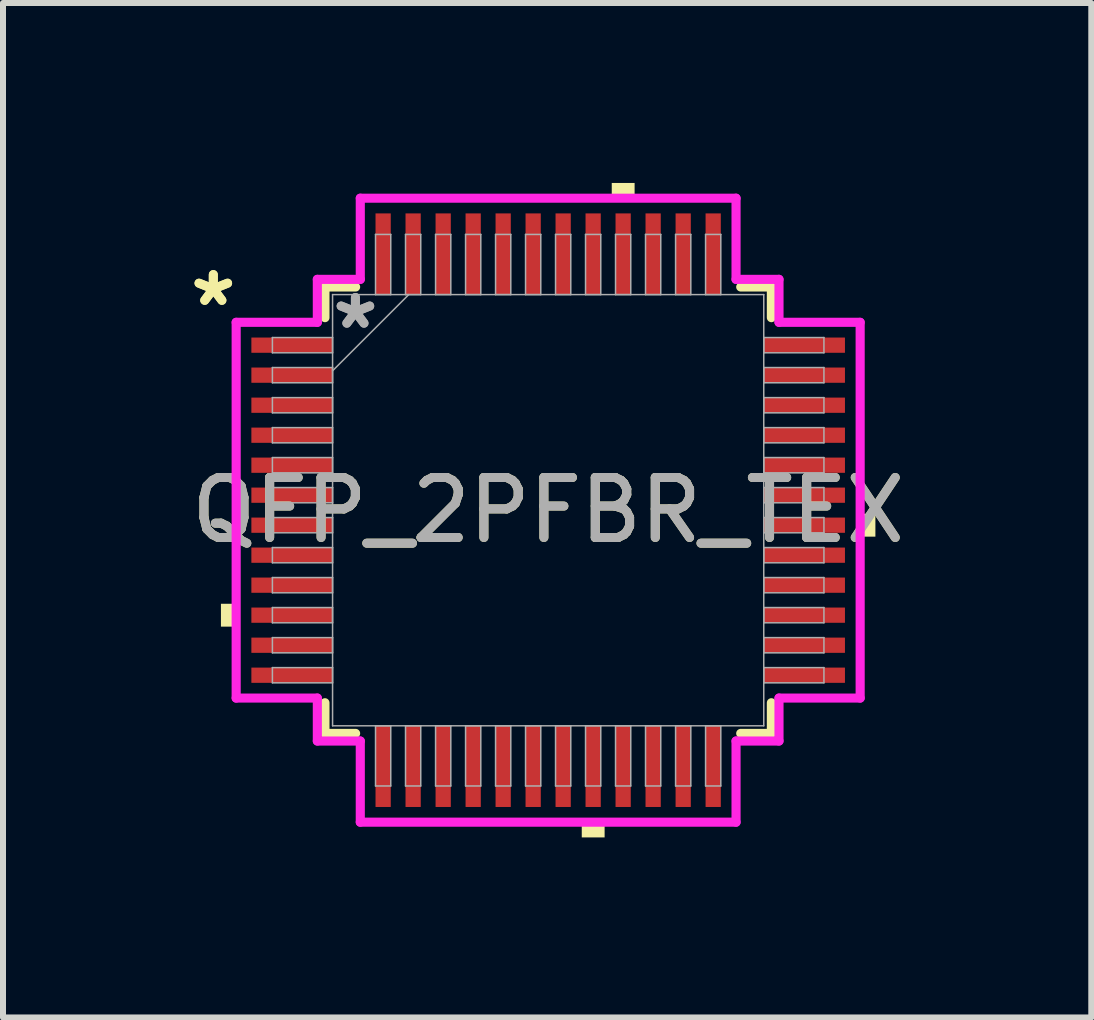
<source format=kicad_pcb>
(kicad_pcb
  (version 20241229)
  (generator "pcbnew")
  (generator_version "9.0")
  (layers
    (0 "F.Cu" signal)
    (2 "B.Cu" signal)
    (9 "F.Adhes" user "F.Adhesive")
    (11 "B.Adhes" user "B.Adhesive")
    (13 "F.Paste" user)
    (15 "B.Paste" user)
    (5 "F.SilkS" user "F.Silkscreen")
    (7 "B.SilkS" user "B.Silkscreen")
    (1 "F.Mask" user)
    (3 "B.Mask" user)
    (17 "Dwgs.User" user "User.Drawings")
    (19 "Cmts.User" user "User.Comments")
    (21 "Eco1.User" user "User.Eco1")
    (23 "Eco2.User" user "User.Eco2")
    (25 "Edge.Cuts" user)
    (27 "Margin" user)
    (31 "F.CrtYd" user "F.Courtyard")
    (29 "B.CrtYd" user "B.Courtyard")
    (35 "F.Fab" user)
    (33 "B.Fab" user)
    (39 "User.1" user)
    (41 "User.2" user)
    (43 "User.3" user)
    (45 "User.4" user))
  (footprint "QFP_2PFBR_TEX"
    (layer "F.Cu")
    (at 6.088 5.455)
    (property "Reference" "QFP_2PFBR_TEX" (at 0 0 0) (unlocked yes) (layer "F.SilkS") (effects (font (size 1 1) (thickness 0.15))))
    (attr smd)
    (fp_line (start -3.721 -3.721) (end -3.721 -3.21) (stroke (width 0.152) (type solid)) (layer "F.SilkS"))
    (fp_line (start -3.721 3.21) (end -3.721 3.721) (stroke (width 0.152) (type solid)) (layer "F.SilkS"))
    (fp_line (start -3.721 3.721) (end -3.21 3.721) (stroke (width 0.152) (type solid)) (layer "F.SilkS"))
    (fp_line (start -3.21 -3.721) (end -3.721 -3.721) (stroke (width 0.152) (type solid)) (layer "F.SilkS"))
    (fp_line (start 3.21 3.721) (end 3.721 3.721) (stroke (width 0.152) (type solid)) (layer "F.SilkS"))
    (fp_line (start 3.721 -3.721) (end 3.21 -3.721) (stroke (width 0.152) (type solid)) (layer "F.SilkS"))
    (fp_line (start 3.721 -3.21) (end 3.721 -3.721) (stroke (width 0.152) (type solid)) (layer "F.SilkS"))
    (fp_line (start 3.721 3.721) (end 3.721 3.21) (stroke (width 0.152) (type solid)) (layer "F.SilkS"))
    (fp_poly (pts (xy -5.455 1.56) (xy -5.455 1.941) (xy -5.201 1.941) (xy -5.201 1.56)) (stroke (width 0) (type solid)) (fill yes) (layer "F.SilkS"))
    (fp_poly (pts (xy 0.56 5.201) (xy 0.56 5.455) (xy 0.941 5.455) (xy 0.941 5.201)) (stroke (width 0) (type solid)) (fill yes) (layer "F.SilkS"))
    (fp_poly (pts (xy 1.06 -5.201) (xy 1.06 -5.455) (xy 1.441 -5.455) (xy 1.441 -5.201)) (stroke (width 0) (type solid)) (fill yes) (layer "F.SilkS"))
    (fp_poly (pts (xy 5.455 0.06) (xy 5.455 0.441) (xy 5.201 0.441) (xy 5.201 0.06)) (stroke (width 0) (type solid)) (fill yes) (layer "F.SilkS"))
    (fp_line (start -5.201 -3.132) (end -3.848 -3.132) (stroke (width 0.152) (type solid)) (layer "F.CrtYd"))
    (fp_line (start -5.201 3.132) (end -5.201 -3.132) (stroke (width 0.152) (type solid)) (layer "F.CrtYd"))
    (fp_line (start -3.848 -3.848) (end -3.132 -3.848) (stroke (width 0.152) (type solid)) (layer "F.CrtYd"))
    (fp_line (start -3.848 -3.132) (end -3.848 -3.848) (stroke (width 0.152) (type solid)) (layer "F.CrtYd"))
    (fp_line (start -3.848 3.132) (end -5.201 3.132) (stroke (width 0.152) (type solid)) (layer "F.CrtYd"))
    (fp_line (start -3.848 3.848) (end -3.848 3.132) (stroke (width 0.152) (type solid)) (layer "F.CrtYd"))
    (fp_line (start -3.848 3.848) (end -3.132 3.848) (stroke (width 0.152) (type solid)) (layer "F.CrtYd"))
    (fp_line (start -3.132 -5.201) (end 3.132 -5.201) (stroke (width 0.152) (type solid)) (layer "F.CrtYd"))
    (fp_line (start -3.132 -3.848) (end -3.132 -5.201) (stroke (width 0.152) (type solid)) (layer "F.CrtYd"))
    (fp_line (start -3.132 3.848) (end -3.132 5.201) (stroke (width 0.152) (type solid)) (layer "F.CrtYd"))
    (fp_line (start -3.132 5.201) (end 3.132 5.201) (stroke (width 0.152) (type solid)) (layer "F.CrtYd"))
    (fp_line (start 3.132 -5.201) (end 3.132 -3.848) (stroke (width 0.152) (type solid)) (layer "F.CrtYd"))
    (fp_line (start 3.132 -3.848) (end 3.848 -3.848) (stroke (width 0.152) (type solid)) (layer "F.CrtYd"))
    (fp_line (start 3.132 3.848) (end 3.848 3.848) (stroke (width 0.152) (type solid)) (layer "F.CrtYd"))
    (fp_line (start 3.132 5.201) (end 3.132 3.848) (stroke (width 0.152) (type solid)) (layer "F.CrtYd"))
    (fp_line (start 3.848 -3.132) (end 3.848 -3.848) (stroke (width 0.152) (type solid)) (layer "F.CrtYd"))
    (fp_line (start 3.848 3.132) (end 5.201 3.132) (stroke (width 0.152) (type solid)) (layer "F.CrtYd"))
    (fp_line (start 3.848 3.848) (end 3.848 3.132) (stroke (width 0.152) (type solid)) (layer "F.CrtYd"))
    (fp_line (start 5.201 -3.132) (end 3.848 -3.132) (stroke (width 0.152) (type solid)) (layer "F.CrtYd"))
    (fp_line (start 5.201 3.132) (end 5.201 -3.132) (stroke (width 0.152) (type solid)) (layer "F.CrtYd"))
    (fp_line (start -4.597 -2.878) (end -4.597 -2.624) (stroke (width 0.025) (type solid)) (layer "F.Fab"))
    (fp_line (start -4.597 -2.624) (end -3.594 -2.624) (stroke (width 0.025) (type solid)) (layer "F.Fab"))
    (fp_line (start -4.597 -2.378) (end -4.597 -2.124) (stroke (width 0.025) (type solid)) (layer "F.Fab"))
    (fp_line (start -4.597 -2.124) (end -3.594 -2.124) (stroke (width 0.025) (type solid)) (layer "F.Fab"))
    (fp_line (start -4.597 -1.877) (end -4.597 -1.623) (stroke (width 0.025) (type solid)) (layer "F.Fab"))
    (fp_line (start -4.597 -1.623) (end -3.594 -1.623) (stroke (width 0.025) (type solid)) (layer "F.Fab"))
    (fp_line (start -4.597 -1.377) (end -4.597 -1.123) (stroke (width 0.025) (type solid)) (layer "F.Fab"))
    (fp_line (start -4.597 -1.123) (end -3.594 -1.123) (stroke (width 0.025) (type solid)) (layer "F.Fab"))
    (fp_line (start -4.597 -0.877) (end -4.597 -0.623) (stroke (width 0.025) (type solid)) (layer "F.Fab"))
    (fp_line (start -4.597 -0.623) (end -3.594 -0.623) (stroke (width 0.025) (type solid)) (layer "F.Fab"))
    (fp_line (start -4.597 -0.377) (end -4.597 -0.123) (stroke (width 0.025) (type solid)) (layer "F.Fab"))
    (fp_line (start -4.597 -0.123) (end -3.594 -0.123) (stroke (width 0.025) (type solid)) (layer "F.Fab"))
    (fp_line (start -4.597 0.123) (end -4.597 0.377) (stroke (width 0.025) (type solid)) (layer "F.Fab"))
    (fp_line (start -4.597 0.377) (end -3.594 0.377) (stroke (width 0.025) (type solid)) (layer "F.Fab"))
    (fp_line (start -4.597 0.623) (end -4.597 0.877) (stroke (width 0.025) (type solid)) (layer "F.Fab"))
    (fp_line (start -4.597 0.877) (end -3.594 0.877) (stroke (width 0.025) (type solid)) (layer "F.Fab"))
    (fp_line (start -4.597 1.123) (end -4.597 1.377) (stroke (width 0.025) (type solid)) (layer "F.Fab"))
    (fp_line (start -4.597 1.377) (end -3.594 1.377) (stroke (width 0.025) (type solid)) (layer "F.Fab"))
    (fp_line (start -4.597 1.623) (end -4.597 1.877) (stroke (width 0.025) (type solid)) (layer "F.Fab"))
    (fp_line (start -4.597 1.877) (end -3.594 1.877) (stroke (width 0.025) (type solid)) (layer "F.Fab"))
    (fp_line (start -4.597 2.124) (end -4.597 2.378) (stroke (width 0.025) (type solid)) (layer "F.Fab"))
    (fp_line (start -4.597 2.378) (end -3.594 2.378) (stroke (width 0.025) (type solid)) (layer "F.Fab"))
    (fp_line (start -4.597 2.624) (end -4.597 2.878) (stroke (width 0.025) (type solid)) (layer "F.Fab"))
    (fp_line (start -4.597 2.878) (end -3.594 2.878) (stroke (width 0.025) (type solid)) (layer "F.Fab"))
    (fp_line (start -3.594 -3.594) (end -3.594 3.594) (stroke (width 0.025) (type solid)) (layer "F.Fab"))
    (fp_line (start -3.594 -2.878) (end -4.597 -2.878) (stroke (width 0.025) (type solid)) (layer "F.Fab"))
    (fp_line (start -3.594 -2.624) (end -3.594 -2.878) (stroke (width 0.025) (type solid)) (layer "F.Fab"))
    (fp_line (start -3.594 -2.378) (end -4.597 -2.378) (stroke (width 0.025) (type solid)) (layer "F.Fab"))
    (fp_line (start -3.594 -2.324) (end -2.324 -3.594) (stroke (width 0.025) (type solid)) (layer "F.Fab"))
    (fp_line (start -3.594 -2.124) (end -3.594 -2.378) (stroke (width 0.025) (type solid)) (layer "F.Fab"))
    (fp_line (start -3.594 -1.877) (end -4.597 -1.877) (stroke (width 0.025) (type solid)) (layer "F.Fab"))
    (fp_line (start -3.594 -1.623) (end -3.594 -1.877) (stroke (width 0.025) (type solid)) (layer "F.Fab"))
    (fp_line (start -3.594 -1.377) (end -4.597 -1.377) (stroke (width 0.025) (type solid)) (layer "F.Fab"))
    (fp_line (start -3.594 -1.123) (end -3.594 -1.377) (stroke (width 0.025) (type solid)) (layer "F.Fab"))
    (fp_line (start -3.594 -0.877) (end -4.597 -0.877) (stroke (width 0.025) (type solid)) (layer "F.Fab"))
    (fp_line (start -3.594 -0.623) (end -3.594 -0.877) (stroke (width 0.025) (type solid)) (layer "F.Fab"))
    (fp_line (start -3.594 -0.377) (end -4.597 -0.377) (stroke (width 0.025) (type solid)) (layer "F.Fab"))
    (fp_line (start -3.594 -0.123) (end -3.594 -0.377) (stroke (width 0.025) (type solid)) (layer "F.Fab"))
    (fp_line (start -3.594 0.123) (end -4.597 0.123) (stroke (width 0.025) (type solid)) (layer "F.Fab"))
    (fp_line (start -3.594 0.377) (end -3.594 0.123) (stroke (width 0.025) (type solid)) (layer "F.Fab"))
    (fp_line (start -3.594 0.623) (end -4.597 0.623) (stroke (width 0.025) (type solid)) (layer "F.Fab"))
    (fp_line (start -3.594 0.877) (end -3.594 0.623) (stroke (width 0.025) (type solid)) (layer "F.Fab"))
    (fp_line (start -3.594 1.123) (end -4.597 1.123) (stroke (width 0.025) (type solid)) (layer "F.Fab"))
    (fp_line (start -3.594 1.377) (end -3.594 1.123) (stroke (width 0.025) (type solid)) (layer "F.Fab"))
    (fp_line (start -3.594 1.623) (end -4.597 1.623) (stroke (width 0.025) (type solid)) (layer "F.Fab"))
    (fp_line (start -3.594 1.877) (end -3.594 1.623) (stroke (width 0.025) (type solid)) (layer "F.Fab"))
    (fp_line (start -3.594 2.124) (end -4.597 2.124) (stroke (width 0.025) (type solid)) (layer "F.Fab"))
    (fp_line (start -3.594 2.378) (end -3.594 2.124) (stroke (width 0.025) (type solid)) (layer "F.Fab"))
    (fp_line (start -3.594 2.624) (end -4.597 2.624) (stroke (width 0.025) (type solid)) (layer "F.Fab"))
    (fp_line (start -3.594 2.878) (end -3.594 2.624) (stroke (width 0.025) (type solid)) (layer "F.Fab"))
    (fp_line (start -3.594 3.594) (end 3.594 3.594) (stroke (width 0.025) (type solid)) (layer "F.Fab"))
    (fp_line (start -2.878 -4.597) (end -2.878 -3.594) (stroke (width 0.025) (type solid)) (layer "F.Fab"))
    (fp_line (start -2.878 -3.594) (end -2.624 -3.594) (stroke (width 0.025) (type solid)) (layer "F.Fab"))
    (fp_line (start -2.878 3.594) (end -2.878 4.597) (stroke (width 0.025) (type solid)) (layer "F.Fab"))
    (fp_line (start -2.878 4.597) (end -2.624 4.597) (stroke (width 0.025) (type solid)) (layer "F.Fab"))
    (fp_line (start -2.624 -4.597) (end -2.878 -4.597) (stroke (width 0.025) (type solid)) (layer "F.Fab"))
    (fp_line (start -2.624 -3.594) (end -2.624 -4.597) (stroke (width 0.025) (type solid)) (layer "F.Fab"))
    (fp_line (start -2.624 3.594) (end -2.878 3.594) (stroke (width 0.025) (type solid)) (layer "F.Fab"))
    (fp_line (start -2.624 4.597) (end -2.624 3.594) (stroke (width 0.025) (type solid)) (layer "F.Fab"))
    (fp_line (start -2.378 -4.597) (end -2.378 -3.594) (stroke (width 0.025) (type solid)) (layer "F.Fab"))
    (fp_line (start -2.378 -3.594) (end -2.124 -3.594) (stroke (width 0.025) (type solid)) (layer "F.Fab"))
    (fp_line (start -2.378 3.594) (end -2.378 4.597) (stroke (width 0.025) (type solid)) (layer "F.Fab"))
    (fp_line (start -2.378 4.597) (end -2.124 4.597) (stroke (width 0.025) (type solid)) (layer "F.Fab"))
    (fp_line (start -2.124 -4.597) (end -2.378 -4.597) (stroke (width 0.025) (type solid)) (layer "F.Fab"))
    (fp_line (start -2.124 -3.594) (end -2.124 -4.597) (stroke (width 0.025) (type solid)) (layer "F.Fab"))
    (fp_line (start -2.124 3.594) (end -2.378 3.594) (stroke (width 0.025) (type solid)) (layer "F.Fab"))
    (fp_line (start -2.124 4.597) (end -2.124 3.594) (stroke (width 0.025) (type solid)) (layer "F.Fab"))
    (fp_line (start -1.877 -4.597) (end -1.877 -3.594) (stroke (width 0.025) (type solid)) (layer "F.Fab"))
    (fp_line (start -1.877 -3.594) (end -1.623 -3.594) (stroke (width 0.025) (type solid)) (layer "F.Fab"))
    (fp_line (start -1.877 3.594) (end -1.877 4.597) (stroke (width 0.025) (type solid)) (layer "F.Fab"))
    (fp_line (start -1.877 4.597) (end -1.623 4.597) (stroke (width 0.025) (type solid)) (layer "F.Fab"))
    (fp_line (start -1.623 -4.597) (end -1.877 -4.597) (stroke (width 0.025) (type solid)) (layer "F.Fab"))
    (fp_line (start -1.623 -3.594) (end -1.623 -4.597) (stroke (width 0.025) (type solid)) (layer "F.Fab"))
    (fp_line (start -1.623 3.594) (end -1.877 3.594) (stroke (width 0.025) (type solid)) (layer "F.Fab"))
    (fp_line (start -1.623 4.597) (end -1.623 3.594) (stroke (width 0.025) (type solid)) (layer "F.Fab"))
    (fp_line (start -1.377 -4.597) (end -1.377 -3.594) (stroke (width 0.025) (type solid)) (layer "F.Fab"))
    (fp_line (start -1.377 -3.594) (end -1.123 -3.594) (stroke (width 0.025) (type solid)) (layer "F.Fab"))
    (fp_line (start -1.377 3.594) (end -1.377 4.597) (stroke (width 0.025) (type solid)) (layer "F.Fab"))
    (fp_line (start -1.377 4.597) (end -1.123 4.597) (stroke (width 0.025) (type solid)) (layer "F.Fab"))
    (fp_line (start -1.123 -4.597) (end -1.377 -4.597) (stroke (width 0.025) (type solid)) (layer "F.Fab"))
    (fp_line (start -1.123 -3.594) (end -1.123 -4.597) (stroke (width 0.025) (type solid)) (layer "F.Fab"))
    (fp_line (start -1.123 3.594) (end -1.377 3.594) (stroke (width 0.025) (type solid)) (layer "F.Fab"))
    (fp_line (start -1.123 4.597) (end -1.123 3.594) (stroke (width 0.025) (type solid)) (layer "F.Fab"))
    (fp_line (start -0.877 -4.597) (end -0.877 -3.594) (stroke (width 0.025) (type solid)) (layer "F.Fab"))
    (fp_line (start -0.877 -3.594) (end -0.623 -3.594) (stroke (width 0.025) (type solid)) (layer "F.Fab"))
    (fp_line (start -0.877 3.594) (end -0.877 4.597) (stroke (width 0.025) (type solid)) (layer "F.Fab"))
    (fp_line (start -0.877 4.597) (end -0.623 4.597) (stroke (width 0.025) (type solid)) (layer "F.Fab"))
    (fp_line (start -0.623 -4.597) (end -0.877 -4.597) (stroke (width 0.025) (type solid)) (layer "F.Fab"))
    (fp_line (start -0.623 -3.594) (end -0.623 -4.597) (stroke (width 0.025) (type solid)) (layer "F.Fab"))
    (fp_line (start -0.623 3.594) (end -0.877 3.594) (stroke (width 0.025) (type solid)) (layer "F.Fab"))
    (fp_line (start -0.623 4.597) (end -0.623 3.594) (stroke (width 0.025) (type solid)) (layer "F.Fab"))
    (fp_line (start -0.377 -4.597) (end -0.377 -3.594) (stroke (width 0.025) (type solid)) (layer "F.Fab"))
    (fp_line (start -0.377 -3.594) (end -0.123 -3.594) (stroke (width 0.025) (type solid)) (layer "F.Fab"))
    (fp_line (start -0.377 3.594) (end -0.377 4.597) (stroke (width 0.025) (type solid)) (layer "F.Fab"))
    (fp_line (start -0.377 4.597) (end -0.123 4.597) (stroke (width 0.025) (type solid)) (layer "F.Fab"))
    (fp_line (start -0.123 -4.597) (end -0.377 -4.597) (stroke (width 0.025) (type solid)) (layer "F.Fab"))
    (fp_line (start -0.123 -3.594) (end -0.123 -4.597) (stroke (width 0.025) (type solid)) (layer "F.Fab"))
    (fp_line (start -0.123 3.594) (end -0.377 3.594) (stroke (width 0.025) (type solid)) (layer "F.Fab"))
    (fp_line (start -0.123 4.597) (end -0.123 3.594) (stroke (width 0.025) (type solid)) (layer "F.Fab"))
    (fp_line (start 0.123 -4.597) (end 0.123 -3.594) (stroke (width 0.025) (type solid)) (layer "F.Fab"))
    (fp_line (start 0.123 -3.594) (end 0.377 -3.594) (stroke (width 0.025) (type solid)) (layer "F.Fab"))
    (fp_line (start 0.123 3.594) (end 0.123 4.597) (stroke (width 0.025) (type solid)) (layer "F.Fab"))
    (fp_line (start 0.123 4.597) (end 0.377 4.597) (stroke (width 0.025) (type solid)) (layer "F.Fab"))
    (fp_line (start 0.377 -4.597) (end 0.123 -4.597) (stroke (width 0.025) (type solid)) (layer "F.Fab"))
    (fp_line (start 0.377 -3.594) (end 0.377 -4.597) (stroke (width 0.025) (type solid)) (layer "F.Fab"))
    (fp_line (start 0.377 3.594) (end 0.123 3.594) (stroke (width 0.025) (type solid)) (layer "F.Fab"))
    (fp_line (start 0.377 4.597) (end 0.377 3.594) (stroke (width 0.025) (type solid)) (layer "F.Fab"))
    (fp_line (start 0.623 -4.597) (end 0.623 -3.594) (stroke (width 0.025) (type solid)) (layer "F.Fab"))
    (fp_line (start 0.623 -3.594) (end 0.877 -3.594) (stroke (width 0.025) (type solid)) (layer "F.Fab"))
    (fp_line (start 0.623 3.594) (end 0.623 4.597) (stroke (width 0.025) (type solid)) (layer "F.Fab"))
    (fp_line (start 0.623 4.597) (end 0.877 4.597) (stroke (width 0.025) (type solid)) (layer "F.Fab"))
    (fp_line (start 0.877 -4.597) (end 0.623 -4.597) (stroke (width 0.025) (type solid)) (layer "F.Fab"))
    (fp_line (start 0.877 -3.594) (end 0.877 -4.597) (stroke (width 0.025) (type solid)) (layer "F.Fab"))
    (fp_line (start 0.877 3.594) (end 0.623 3.594) (stroke (width 0.025) (type solid)) (layer "F.Fab"))
    (fp_line (start 0.877 4.597) (end 0.877 3.594) (stroke (width 0.025) (type solid)) (layer "F.Fab"))
    (fp_line (start 1.123 -4.597) (end 1.123 -3.594) (stroke (width 0.025) (type solid)) (layer "F.Fab"))
    (fp_line (start 1.123 -3.594) (end 1.377 -3.594) (stroke (width 0.025) (type solid)) (layer "F.Fab"))
    (fp_line (start 1.123 3.594) (end 1.123 4.597) (stroke (width 0.025) (type solid)) (layer "F.Fab"))
    (fp_line (start 1.123 4.597) (end 1.377 4.597) (stroke (width 0.025) (type solid)) (layer "F.Fab"))
    (fp_line (start 1.377 -4.597) (end 1.123 -4.597) (stroke (width 0.025) (type solid)) (layer "F.Fab"))
    (fp_line (start 1.377 -3.594) (end 1.377 -4.597) (stroke (width 0.025) (type solid)) (layer "F.Fab"))
    (fp_line (start 1.377 3.594) (end 1.123 3.594) (stroke (width 0.025) (type solid)) (layer "F.Fab"))
    (fp_line (start 1.377 4.597) (end 1.377 3.594) (stroke (width 0.025) (type solid)) (layer "F.Fab"))
    (fp_line (start 1.623 -4.597) (end 1.623 -3.594) (stroke (width 0.025) (type solid)) (layer "F.Fab"))
    (fp_line (start 1.623 -3.594) (end 1.877 -3.594) (stroke (width 0.025) (type solid)) (layer "F.Fab"))
    (fp_line (start 1.623 3.594) (end 1.623 4.597) (stroke (width 0.025) (type solid)) (layer "F.Fab"))
    (fp_line (start 1.623 4.597) (end 1.877 4.597) (stroke (width 0.025) (type solid)) (layer "F.Fab"))
    (fp_line (start 1.877 -4.597) (end 1.623 -4.597) (stroke (width 0.025) (type solid)) (layer "F.Fab"))
    (fp_line (start 1.877 -3.594) (end 1.877 -4.597) (stroke (width 0.025) (type solid)) (layer "F.Fab"))
    (fp_line (start 1.877 3.594) (end 1.623 3.594) (stroke (width 0.025) (type solid)) (layer "F.Fab"))
    (fp_line (start 1.877 4.597) (end 1.877 3.594) (stroke (width 0.025) (type solid)) (layer "F.Fab"))
    (fp_line (start 2.124 -4.597) (end 2.124 -3.594) (stroke (width 0.025) (type solid)) (layer "F.Fab"))
    (fp_line (start 2.124 -3.594) (end 2.378 -3.594) (stroke (width 0.025) (type solid)) (layer "F.Fab"))
    (fp_line (start 2.124 3.594) (end 2.124 4.597) (stroke (width 0.025) (type solid)) (layer "F.Fab"))
    (fp_line (start 2.124 4.597) (end 2.378 4.597) (stroke (width 0.025) (type solid)) (layer "F.Fab"))
    (fp_line (start 2.378 -4.597) (end 2.124 -4.597) (stroke (width 0.025) (type solid)) (layer "F.Fab"))
    (fp_line (start 2.378 -3.594) (end 2.378 -4.597) (stroke (width 0.025) (type solid)) (layer "F.Fab"))
    (fp_line (start 2.378 3.594) (end 2.124 3.594) (stroke (width 0.025) (type solid)) (layer "F.Fab"))
    (fp_line (start 2.378 4.597) (end 2.378 3.594) (stroke (width 0.025) (type solid)) (layer "F.Fab"))
    (fp_line (start 2.624 -4.597) (end 2.624 -3.594) (stroke (width 0.025) (type solid)) (layer "F.Fab"))
    (fp_line (start 2.624 -3.594) (end 2.878 -3.594) (stroke (width 0.025) (type solid)) (layer "F.Fab"))
    (fp_line (start 2.624 3.594) (end 2.624 4.597) (stroke (width 0.025) (type solid)) (layer "F.Fab"))
    (fp_line (start 2.624 4.597) (end 2.878 4.597) (stroke (width 0.025) (type solid)) (layer "F.Fab"))
    (fp_line (start 2.878 -4.597) (end 2.624 -4.597) (stroke (width 0.025) (type solid)) (layer "F.Fab"))
    (fp_line (start 2.878 -3.594) (end 2.878 -4.597) (stroke (width 0.025) (type solid)) (layer "F.Fab"))
    (fp_line (start 2.878 3.594) (end 2.624 3.594) (stroke (width 0.025) (type solid)) (layer "F.Fab"))
    (fp_line (start 2.878 4.597) (end 2.878 3.594) (stroke (width 0.025) (type solid)) (layer "F.Fab"))
    (fp_line (start 3.594 -3.594) (end -3.594 -3.594) (stroke (width 0.025) (type solid)) (layer "F.Fab"))
    (fp_line (start 3.594 -2.878) (end 3.594 -2.624) (stroke (width 0.025) (type solid)) (layer "F.Fab"))
    (fp_line (start 3.594 -2.624) (end 4.597 -2.624) (stroke (width 0.025) (type solid)) (layer "F.Fab"))
    (fp_line (start 3.594 -2.378) (end 3.594 -2.124) (stroke (width 0.025) (type solid)) (layer "F.Fab"))
    (fp_line (start 3.594 -2.124) (end 4.597 -2.124) (stroke (width 0.025) (type solid)) (layer "F.Fab"))
    (fp_line (start 3.594 -1.877) (end 3.594 -1.623) (stroke (width 0.025) (type solid)) (layer "F.Fab"))
    (fp_line (start 3.594 -1.623) (end 4.597 -1.623) (stroke (width 0.025) (type solid)) (layer "F.Fab"))
    (fp_line (start 3.594 -1.377) (end 3.594 -1.123) (stroke (width 0.025) (type solid)) (layer "F.Fab"))
    (fp_line (start 3.594 -1.123) (end 4.597 -1.123) (stroke (width 0.025) (type solid)) (layer "F.Fab"))
    (fp_line (start 3.594 -0.877) (end 3.594 -0.623) (stroke (width 0.025) (type solid)) (layer "F.Fab"))
    (fp_line (start 3.594 -0.623) (end 4.597 -0.623) (stroke (width 0.025) (type solid)) (layer "F.Fab"))
    (fp_line (start 3.594 -0.377) (end 3.594 -0.123) (stroke (width 0.025) (type solid)) (layer "F.Fab"))
    (fp_line (start 3.594 -0.123) (end 4.597 -0.123) (stroke (width 0.025) (type solid)) (layer "F.Fab"))
    (fp_line (start 3.594 0.123) (end 3.594 0.377) (stroke (width 0.025) (type solid)) (layer "F.Fab"))
    (fp_line (start 3.594 0.377) (end 4.597 0.377) (stroke (width 0.025) (type solid)) (layer "F.Fab"))
    (fp_line (start 3.594 0.623) (end 3.594 0.877) (stroke (width 0.025) (type solid)) (layer "F.Fab"))
    (fp_line (start 3.594 0.877) (end 4.597 0.877) (stroke (width 0.025) (type solid)) (layer "F.Fab"))
    (fp_line (start 3.594 1.123) (end 3.594 1.377) (stroke (width 0.025) (type solid)) (layer "F.Fab"))
    (fp_line (start 3.594 1.377) (end 4.597 1.377) (stroke (width 0.025) (type solid)) (layer "F.Fab"))
    (fp_line (start 3.594 1.623) (end 3.594 1.877) (stroke (width 0.025) (type solid)) (layer "F.Fab"))
    (fp_line (start 3.594 1.877) (end 4.597 1.877) (stroke (width 0.025) (type solid)) (layer "F.Fab"))
    (fp_line (start 3.594 2.124) (end 3.594 2.378) (stroke (width 0.025) (type solid)) (layer "F.Fab"))
    (fp_line (start 3.594 2.378) (end 4.597 2.378) (stroke (width 0.025) (type solid)) (layer "F.Fab"))
    (fp_line (start 3.594 2.624) (end 3.594 2.878) (stroke (width 0.025) (type solid)) (layer "F.Fab"))
    (fp_line (start 3.594 2.878) (end 4.597 2.878) (stroke (width 0.025) (type solid)) (layer "F.Fab"))
    (fp_line (start 3.594 3.594) (end 3.594 -3.594) (stroke (width 0.025) (type solid)) (layer "F.Fab"))
    (fp_line (start 4.597 -2.878) (end 3.594 -2.878) (stroke (width 0.025) (type solid)) (layer "F.Fab"))
    (fp_line (start 4.597 -2.624) (end 4.597 -2.878) (stroke (width 0.025) (type solid)) (layer "F.Fab"))
    (fp_line (start 4.597 -2.378) (end 3.594 -2.378) (stroke (width 0.025) (type solid)) (layer "F.Fab"))
    (fp_line (start 4.597 -2.124) (end 4.597 -2.378) (stroke (width 0.025) (type solid)) (layer "F.Fab"))
    (fp_line (start 4.597 -1.877) (end 3.594 -1.877) (stroke (width 0.025) (type solid)) (layer "F.Fab"))
    (fp_line (start 4.597 -1.623) (end 4.597 -1.877) (stroke (width 0.025) (type solid)) (layer "F.Fab"))
    (fp_line (start 4.597 -1.377) (end 3.594 -1.377) (stroke (width 0.025) (type solid)) (layer "F.Fab"))
    (fp_line (start 4.597 -1.123) (end 4.597 -1.377) (stroke (width 0.025) (type solid)) (layer "F.Fab"))
    (fp_line (start 4.597 -0.877) (end 3.594 -0.877) (stroke (width 0.025) (type solid)) (layer "F.Fab"))
    (fp_line (start 4.597 -0.623) (end 4.597 -0.877) (stroke (width 0.025) (type solid)) (layer "F.Fab"))
    (fp_line (start 4.597 -0.377) (end 3.594 -0.377) (stroke (width 0.025) (type solid)) (layer "F.Fab"))
    (fp_line (start 4.597 -0.123) (end 4.597 -0.377) (stroke (width 0.025) (type solid)) (layer "F.Fab"))
    (fp_line (start 4.597 0.123) (end 3.594 0.123) (stroke (width 0.025) (type solid)) (layer "F.Fab"))
    (fp_line (start 4.597 0.377) (end 4.597 0.123) (stroke (width 0.025) (type solid)) (layer "F.Fab"))
    (fp_line (start 4.597 0.623) (end 3.594 0.623) (stroke (width 0.025) (type solid)) (layer "F.Fab"))
    (fp_line (start 4.597 0.877) (end 4.597 0.623) (stroke (width 0.025) (type solid)) (layer "F.Fab"))
    (fp_line (start 4.597 1.123) (end 3.594 1.123) (stroke (width 0.025) (type solid)) (layer "F.Fab"))
    (fp_line (start 4.597 1.377) (end 4.597 1.123) (stroke (width 0.025) (type solid)) (layer "F.Fab"))
    (fp_line (start 4.597 1.623) (end 3.594 1.623) (stroke (width 0.025) (type solid)) (layer "F.Fab"))
    (fp_line (start 4.597 1.877) (end 4.597 1.623) (stroke (width 0.025) (type solid)) (layer "F.Fab"))
    (fp_line (start 4.597 2.124) (end 3.594 2.124) (stroke (width 0.025) (type solid)) (layer "F.Fab"))
    (fp_line (start 4.597 2.378) (end 4.597 2.124) (stroke (width 0.025) (type solid)) (layer "F.Fab"))
    (fp_line (start 4.597 2.624) (end 3.594 2.624) (stroke (width 0.025) (type solid)) (layer "F.Fab"))
    (fp_line (start 4.597 2.878) (end 4.597 2.624) (stroke (width 0.025) (type solid)) (layer "F.Fab"))
    (fp_text user "*" (at -5.582 -3.382 0) (unlocked yes) (layer "F.SilkS") (effects (font (size 1 1) (thickness 0.15))))
    (fp_text user "*" (at -5.582 -3.382 0) (layer "F.SilkS") (effects (font (size 1 1) (thickness 0.15))))
    (fp_text user "*" (at -3.213 -3.001 0) (layer "F.Fab") (effects (font (size 1 1) (thickness 0.15))))
    (fp_text user "${REFERENCE}" (at 0 0 0) (unlocked yes) (layer "F.Fab") (effects (font (size 1 1) (thickness 0.15))))
    (fp_text user "*" (at -3.213 -3.001 0) (unlocked yes) (layer "F.Fab") (effects (font (size 1 1) (thickness 0.15))))
    (pad "1" smd rect (at -4.271 -2.751 90) (size 0.254 1.353) (layers "F.Cu" "F.Mask" "F.Paste"))
    (pad "2" smd rect (at -4.271 -2.251 90) (size 0.254 1.353) (layers "F.Cu" "F.Mask" "F.Paste"))
    (pad "3" smd rect (at -4.271 -1.75 90) (size 0.254 1.353) (layers "F.Cu" "F.Mask" "F.Paste"))
    (pad "4" smd rect (at -4.271 -1.25 90) (size 0.254 1.353) (layers "F.Cu" "F.Mask" "F.Paste"))
    (pad "5" smd rect (at -4.271 -0.75 90) (size 0.254 1.353) (layers "F.Cu" "F.Mask" "F.Paste"))
    (pad "6" smd rect (at -4.271 -0.25 90) (size 0.254 1.353) (layers "F.Cu" "F.Mask" "F.Paste"))
    (pad "7" smd rect (at -4.271 0.25 90) (size 0.254 1.353) (layers "F.Cu" "F.Mask" "F.Paste"))
    (pad "8" smd rect (at -4.271 0.75 90) (size 0.254 1.353) (layers "F.Cu" "F.Mask" "F.Paste"))
    (pad "9" smd rect (at -4.271 1.25 90) (size 0.254 1.353) (layers "F.Cu" "F.Mask" "F.Paste"))
    (pad "10" smd rect (at -4.271 1.75 90) (size 0.254 1.353) (layers "F.Cu" "F.Mask" "F.Paste"))
    (pad "11" smd rect (at -4.271 2.251 90) (size 0.254 1.353) (layers "F.Cu" "F.Mask" "F.Paste"))
    (pad "12" smd rect (at -4.271 2.751 90) (size 0.254 1.353) (layers "F.Cu" "F.Mask" "F.Paste"))
    (pad "13" smd rect (at -2.751 4.271) (size 0.254 1.353) (layers "F.Cu" "F.Mask" "F.Paste"))
    (pad "14" smd rect (at -2.251 4.271) (size 0.254 1.353) (layers "F.Cu" "F.Mask" "F.Paste"))
    (pad "15" smd rect (at -1.75 4.271) (size 0.254 1.353) (layers "F.Cu" "F.Mask" "F.Paste"))
    (pad "16" smd rect (at -1.25 4.271) (size 0.254 1.353) (layers "F.Cu" "F.Mask" "F.Paste"))
    (pad "17" smd rect (at -0.75 4.271) (size 0.254 1.353) (layers "F.Cu" "F.Mask" "F.Paste"))
    (pad "18" smd rect (at -0.25 4.271) (size 0.254 1.353) (layers "F.Cu" "F.Mask" "F.Paste"))
    (pad "19" smd rect (at 0.25 4.271) (size 0.254 1.353) (layers "F.Cu" "F.Mask" "F.Paste"))
    (pad "20" smd rect (at 0.75 4.271) (size 0.254 1.353) (layers "F.Cu" "F.Mask" "F.Paste"))
    (pad "21" smd rect (at 1.25 4.271) (size 0.254 1.353) (layers "F.Cu" "F.Mask" "F.Paste"))
    (pad "22" smd rect (at 1.75 4.271) (size 0.254 1.353) (layers "F.Cu" "F.Mask" "F.Paste"))
    (pad "23" smd rect (at 2.251 4.271) (size 0.254 1.353) (layers "F.Cu" "F.Mask" "F.Paste"))
    (pad "24" smd rect (at 2.751 4.271) (size 0.254 1.353) (layers "F.Cu" "F.Mask" "F.Paste"))
    (pad "25" smd rect (at 4.271 2.751 90) (size 0.254 1.353) (layers "F.Cu" "F.Mask" "F.Paste"))
    (pad "26" smd rect (at 4.271 2.251 90) (size 0.254 1.353) (layers "F.Cu" "F.Mask" "F.Paste"))
    (pad "27" smd rect (at 4.271 1.75 90) (size 0.254 1.353) (layers "F.Cu" "F.Mask" "F.Paste"))
    (pad "28" smd rect (at 4.271 1.25 90) (size 0.254 1.353) (layers "F.Cu" "F.Mask" "F.Paste"))
    (pad "29" smd rect (at 4.271 0.75 90) (size 0.254 1.353) (layers "F.Cu" "F.Mask" "F.Paste"))
    (pad "30" smd rect (at 4.271 0.25 90) (size 0.254 1.353) (layers "F.Cu" "F.Mask" "F.Paste"))
    (pad "31" smd rect (at 4.271 -0.25 90) (size 0.254 1.353) (layers "F.Cu" "F.Mask" "F.Paste"))
    (pad "32" smd rect (at 4.271 -0.75 90) (size 0.254 1.353) (layers "F.Cu" "F.Mask" "F.Paste"))
    (pad "33" smd rect (at 4.271 -1.25 90) (size 0.254 1.353) (layers "F.Cu" "F.Mask" "F.Paste"))
    (pad "34" smd rect (at 4.271 -1.75 90) (size 0.254 1.353) (layers "F.Cu" "F.Mask" "F.Paste"))
    (pad "35" smd rect (at 4.271 -2.251 90) (size 0.254 1.353) (layers "F.Cu" "F.Mask" "F.Paste"))
    (pad "36" smd rect (at 4.271 -2.751 90) (size 0.254 1.353) (layers "F.Cu" "F.Mask" "F.Paste"))
    (pad "37" smd rect (at 2.751 -4.271) (size 0.254 1.353) (layers "F.Cu" "F.Mask" "F.Paste"))
    (pad "38" smd rect (at 2.251 -4.271) (size 0.254 1.353) (layers "F.Cu" "F.Mask" "F.Paste"))
    (pad "39" smd rect (at 1.75 -4.271) (size 0.254 1.353) (layers "F.Cu" "F.Mask" "F.Paste"))
    (pad "40" smd rect (at 1.25 -4.271) (size 0.254 1.353) (layers "F.Cu" "F.Mask" "F.Paste"))
    (pad "41" smd rect (at 0.75 -4.271) (size 0.254 1.353) (layers "F.Cu" "F.Mask" "F.Paste"))
    (pad "42" smd rect (at 0.25 -4.271) (size 0.254 1.353) (layers "F.Cu" "F.Mask" "F.Paste"))
    (pad "43" smd rect (at -0.25 -4.271) (size 0.254 1.353) (layers "F.Cu" "F.Mask" "F.Paste"))
    (pad "44" smd rect (at -0.75 -4.271) (size 0.254 1.353) (layers "F.Cu" "F.Mask" "F.Paste"))
    (pad "45" smd rect (at -1.25 -4.271) (size 0.254 1.353) (layers "F.Cu" "F.Mask" "F.Paste"))
    (pad "46" smd rect (at -1.75 -4.271) (size 0.254 1.353) (layers "F.Cu" "F.Mask" "F.Paste"))
    (pad "47" smd rect (at -2.251 -4.271) (size 0.254 1.353) (layers "F.Cu" "F.Mask" "F.Paste"))
    (pad "48" smd rect (at -2.751 -4.271) (size 0.254 1.353) (layers "F.Cu" "F.Mask" "F.Paste")))
  (gr_rect
    (start -3 -3)
    (end 15.142 13.911)
    (stroke (width 0.1) (type default))
    (fill no)
    (layer "Edge.Cuts")))
</source>
